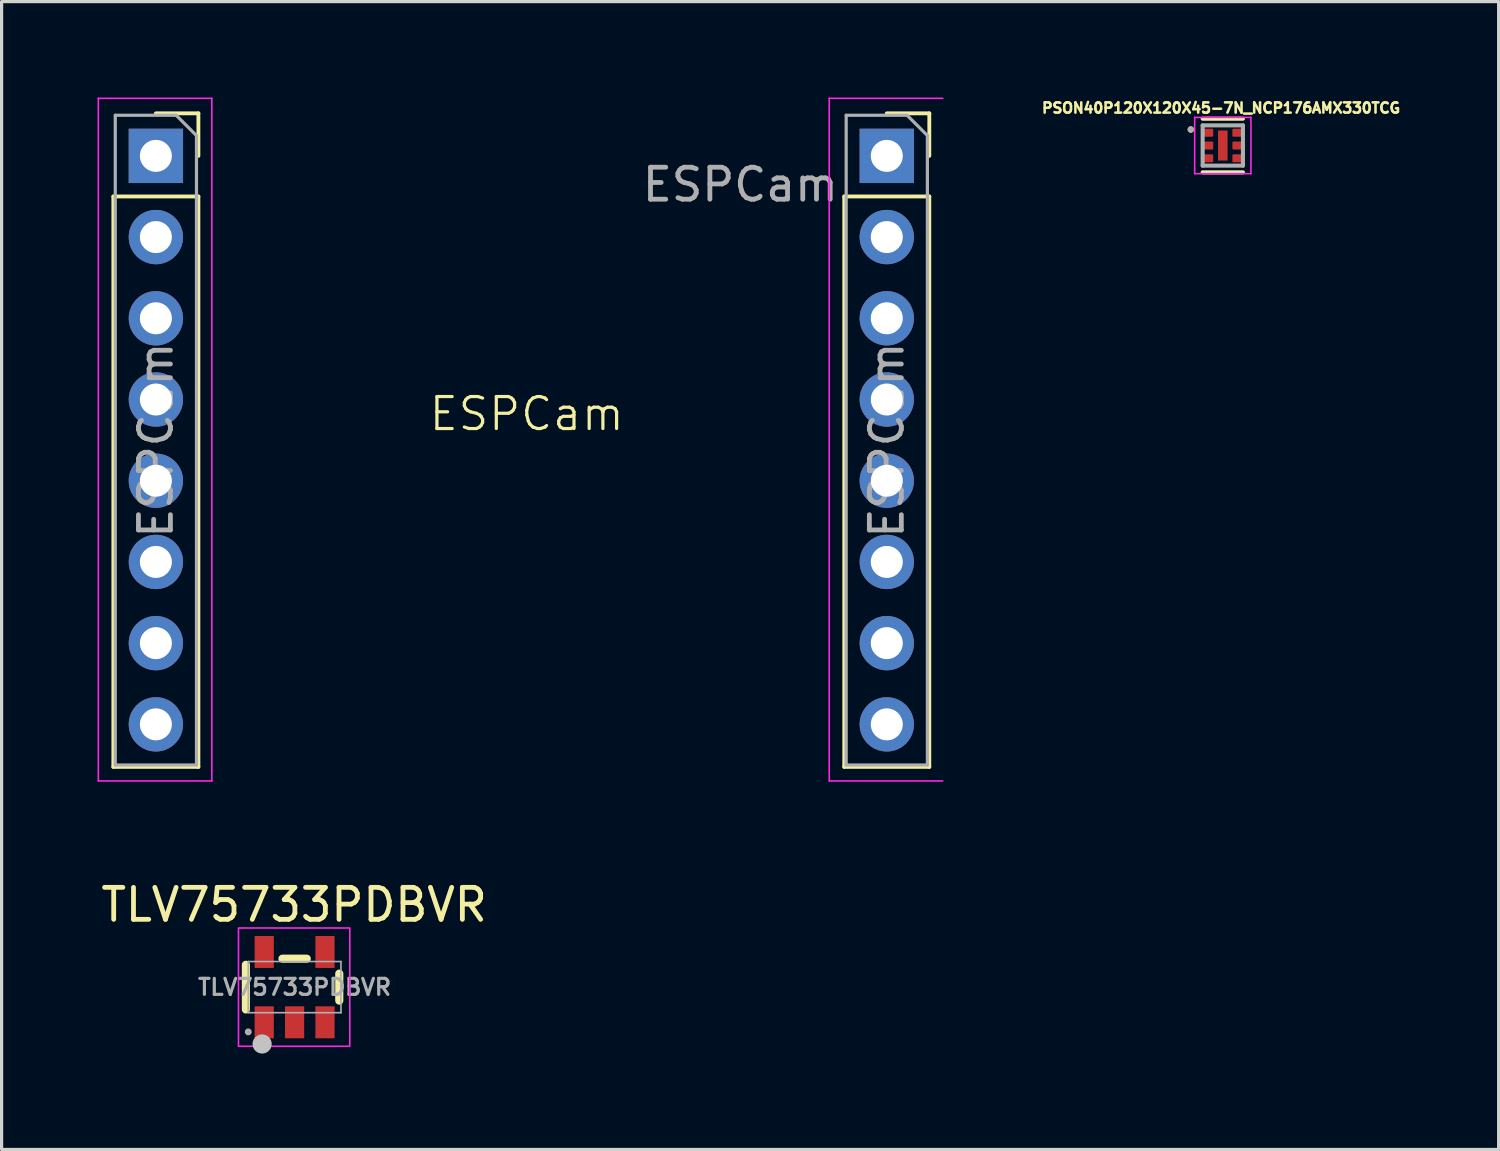
<source format=kicad_pcb>
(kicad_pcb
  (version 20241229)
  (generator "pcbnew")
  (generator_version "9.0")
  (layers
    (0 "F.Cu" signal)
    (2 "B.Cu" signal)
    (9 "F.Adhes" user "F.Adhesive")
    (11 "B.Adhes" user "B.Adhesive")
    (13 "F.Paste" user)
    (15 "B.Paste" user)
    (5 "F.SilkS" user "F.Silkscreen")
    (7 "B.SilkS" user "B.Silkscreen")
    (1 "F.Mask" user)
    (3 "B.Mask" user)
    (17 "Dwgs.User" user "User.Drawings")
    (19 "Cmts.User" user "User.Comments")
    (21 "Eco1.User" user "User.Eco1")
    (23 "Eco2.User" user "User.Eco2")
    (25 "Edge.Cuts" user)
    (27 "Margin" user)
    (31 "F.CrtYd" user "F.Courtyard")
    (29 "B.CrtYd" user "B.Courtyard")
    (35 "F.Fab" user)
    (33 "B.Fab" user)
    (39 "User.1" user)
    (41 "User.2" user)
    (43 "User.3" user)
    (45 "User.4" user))
  (footprint "ESPCam"
    (layer "F.Cu")
    (at 13.425 10.395)
    (property "Reference" "ESPCam" (at 0 -0.5 0) (unlocked yes) (layer "F.SilkS") (effects (font (size 1 1) (thickness 0.1))))
    (attr smd)
    (fp_line (start -12.93 -7.3) (end -12.93 10.54) (stroke (width 0.12) (type solid)) (layer "F.SilkS"))
    (fp_line (start -12.93 -7.3) (end -10.27 -7.3) (stroke (width 0.12) (type solid)) (layer "F.SilkS"))
    (fp_line (start -12.93 10.54) (end -10.27 10.54) (stroke (width 0.12) (type solid)) (layer "F.SilkS"))
    (fp_line (start -11.6 -9.9) (end -10.27 -9.9) (stroke (width 0.12) (type solid)) (layer "F.SilkS"))
    (fp_line (start -10.27 -9.9) (end -10.27 -8.57) (stroke (width 0.12) (type solid)) (layer "F.SilkS"))
    (fp_line (start -10.27 -7.3) (end -10.27 10.54) (stroke (width 0.12) (type solid)) (layer "F.SilkS"))
    (fp_line (start 9.93 -7.3) (end 9.93 10.54) (stroke (width 0.12) (type solid)) (layer "F.SilkS"))
    (fp_line (start 9.93 -7.3) (end 12.59 -7.3) (stroke (width 0.12) (type solid)) (layer "F.SilkS"))
    (fp_line (start 9.93 10.54) (end 12.59 10.54) (stroke (width 0.12) (type solid)) (layer "F.SilkS"))
    (fp_line (start 11.26 -9.9) (end 12.59 -9.9) (stroke (width 0.12) (type solid)) (layer "F.SilkS"))
    (fp_line (start 12.59 -9.9) (end 12.59 -8.57) (stroke (width 0.12) (type solid)) (layer "F.SilkS"))
    (fp_line (start 12.59 -7.3) (end 12.59 10.54) (stroke (width 0.12) (type solid)) (layer "F.SilkS"))
    (fp_line (start -13.4 -10.37) (end -9.85 -10.37) (stroke (width 0.05) (type solid)) (layer "F.CrtYd"))
    (fp_line (start -13.4 10.98) (end -13.4 -10.37) (stroke (width 0.05) (type solid)) (layer "F.CrtYd"))
    (fp_line (start -9.85 -10.37) (end -9.85 10.98) (stroke (width 0.05) (type solid)) (layer "F.CrtYd"))
    (fp_line (start -9.85 10.98) (end -13.4 10.98) (stroke (width 0.05) (type solid)) (layer "F.CrtYd"))
    (fp_line (start 9.46 -10.37) (end 13.01 -10.37) (stroke (width 0.05) (type solid)) (layer "F.CrtYd"))
    (fp_line (start 9.46 10.98) (end 9.46 -10.37) (stroke (width 0.05) (type solid)) (layer "F.CrtYd"))
    (fp_line (start 13.01 10.98) (end 9.46 10.98) (stroke (width 0.05) (type solid)) (layer "F.CrtYd"))
    (fp_line (start -12.87 -9.84) (end -10.965 -9.84) (stroke (width 0.1) (type solid)) (layer "F.Fab"))
    (fp_line (start -12.87 10.48) (end -12.87 -9.84) (stroke (width 0.1) (type solid)) (layer "F.Fab"))
    (fp_line (start -10.965 -9.84) (end -10.33 -9.205) (stroke (width 0.1) (type solid)) (layer "F.Fab"))
    (fp_line (start -10.33 -9.205) (end -10.33 10.48) (stroke (width 0.1) (type solid)) (layer "F.Fab"))
    (fp_line (start -10.33 10.48) (end -12.87 10.48) (stroke (width 0.1) (type solid)) (layer "F.Fab"))
    (fp_line (start 9.99 -9.84) (end 11.895 -9.84) (stroke (width 0.1) (type solid)) (layer "F.Fab"))
    (fp_line (start 9.99 10.48) (end 9.99 -9.84) (stroke (width 0.1) (type solid)) (layer "F.Fab"))
    (fp_line (start 11.895 -9.84) (end 12.53 -9.205) (stroke (width 0.1) (type solid)) (layer "F.Fab"))
    (fp_line (start 12.53 -9.205) (end 12.53 10.48) (stroke (width 0.1) (type solid)) (layer "F.Fab"))
    (fp_line (start 12.53 10.48) (end 9.99 10.48) (stroke (width 0.1) (type solid)) (layer "F.Fab"))
    (fp_text user "${REFERENCE}" (at 11.26 0.32 90) (layer "F.Fab") (effects (font (size 1 1) (thickness 0.15))))
    (fp_text user "${REFERENCE}" (at 6.68 -7.67 0) (unlocked yes) (layer "F.Fab") (effects (font (size 1 1) (thickness 0.15))))
    (fp_text user "${REFERENCE}" (at -11.6 0.32 90) (layer "F.Fab") (effects (font (size 1 1) (thickness 0.15))))
    (pad "1" thru_hole rect (at -11.6 -8.57) (size 1.7 1.7) (drill 1) (layers "*.Cu" "*.Mask"))
    (pad "2" thru_hole circle (at -11.6 -6.03) (size 1.7 1.7) (drill 1) (layers "*.Cu" "*.Mask"))
    (pad "3" thru_hole circle (at -11.6 -3.49) (size 1.7 1.7) (drill 1) (layers "*.Cu" "*.Mask"))
    (pad "4" thru_hole circle (at -11.6 -0.95) (size 1.7 1.7) (drill 1) (layers "*.Cu" "*.Mask"))
    (pad "5" thru_hole circle (at -11.6 1.59) (size 1.7 1.7) (drill 1) (layers "*.Cu" "*.Mask"))
    (pad "6" thru_hole circle (at -11.6 4.13) (size 1.7 1.7) (drill 1) (layers "*.Cu" "*.Mask"))
    (pad "7" thru_hole circle (at -11.6 6.67) (size 1.7 1.7) (drill 1) (layers "*.Cu" "*.Mask"))
    (pad "8" thru_hole circle (at -11.6 9.21) (size 1.7 1.7) (drill 1) (layers "*.Cu" "*.Mask"))
    (pad "9" thru_hole rect (at 11.26 -8.57) (size 1.7 1.7) (drill 1) (layers "*.Cu" "*.Mask"))
    (pad "10" thru_hole circle (at 11.26 -6.03) (size 1.7 1.7) (drill 1) (layers "*.Cu" "*.Mask"))
    (pad "11" thru_hole circle (at 11.26 -3.49) (size 1.7 1.7) (drill 1) (layers "*.Cu" "*.Mask"))
    (pad "12" thru_hole circle (at 11.26 -0.95) (size 1.7 1.7) (drill 1) (layers "*.Cu" "*.Mask"))
    (pad "13" thru_hole circle (at 11.26 1.59) (size 1.7 1.7) (drill 1) (layers "*.Cu" "*.Mask"))
    (pad "14" thru_hole circle (at 11.26 4.13) (size 1.7 1.7) (drill 1) (layers "*.Cu" "*.Mask"))
    (pad "15" thru_hole circle (at 11.26 6.67) (size 1.7 1.7) (drill 1) (layers "*.Cu" "*.Mask"))
    (pad "16" thru_hole circle (at 11.26 9.21) (size 1.7 1.7) (drill 1) (layers "*.Cu" "*.Mask")))
  (footprint "TLV75733PDBVR"
    (layer "F.Cu")
    (at 6.164 27.823)
    (property "Reference" "TLV75733PDBVR" (at -0.015 -2.575 0) (layer "F.SilkS") (effects (font (size 1 1) (thickness 0.15))))
    (fp_line (start -1.524 -0.699) (end -1.524 0.699) (stroke (width 0.254) (type default)) (layer "F.SilkS"))
    (fp_line (start -0.381 -0.889) (end 0.381 -0.889) (stroke (width 0.254) (type default)) (layer "F.SilkS"))
    (fp_line (start 1.397 -0.422) (end 1.397 0.422) (stroke (width 0.254) (type default)) (layer "F.SilkS"))
    (fp_circle (center -1.016 1.778) (end -0.866 1.778) (stroke (width 0.3) (type default)) (fill no) (layer "Dwgs.User"))
    (fp_rect (start -1.755 -1.85) (end 1.726 1.85) (stroke (width 0.05) (type default)) (fill no) (layer "F.CrtYd"))
    (fp_line (start -1.45 -0.8) (end 1.45 -0.8) (stroke (width 0.051) (type default)) (layer "F.Fab"))
    (fp_line (start -1.45 0.8) (end -1.45 -0.8) (stroke (width 0.051) (type default)) (layer "F.Fab"))
    (fp_line (start 1.45 -0.8) (end 1.45 0.8) (stroke (width 0.051) (type default)) (layer "F.Fab"))
    (fp_line (start 1.45 0.8) (end -1.45 0.8) (stroke (width 0.051) (type default)) (layer "F.Fab"))
    (fp_poly (pts (xy -1.395 1.377) (xy -1.427 1.345) (xy -1.473 1.345) (xy -1.505 1.377) (xy -1.505 1.423) (xy -1.473 1.455) (xy -1.427 1.455) (xy -1.395 1.423)) (stroke (width 0.1) (type default)) (fill no) (layer "F.Fab"))
    (fp_poly (pts (xy -1.15 -0.95) (xy -1.15 -1.4) (xy -0.75 -1.4) (xy -0.75 -0.95)) (stroke (width 0.1) (type default)) (fill no) (layer "User.1"))
    (fp_poly (pts (xy -1.15 -0.79) (xy -1.15 -0.96) (xy -0.75 -0.96) (xy -0.75 -0.79)) (stroke (width 0.1) (type default)) (fill no) (layer "User.1"))
    (fp_poly (pts (xy -1.15 0.96) (xy -1.15 0.79) (xy -0.75 0.79) (xy -0.75 0.96)) (stroke (width 0.1) (type default)) (fill no) (layer "User.1"))
    (fp_poly (pts (xy -1.15 1.4) (xy -1.15 0.95) (xy -0.75 0.95) (xy -0.75 1.4)) (stroke (width 0.1) (type default)) (fill no) (layer "User.1"))
    (fp_poly (pts (xy -0.2 0.96) (xy -0.2 0.79) (xy 0.2 0.79) (xy 0.2 0.96)) (stroke (width 0.1) (type default)) (fill no) (layer "User.1"))
    (fp_poly (pts (xy -0.2 1.4) (xy -0.2 0.95) (xy 0.2 0.95) (xy 0.2 1.4)) (stroke (width 0.1) (type default)) (fill no) (layer "User.1"))
    (fp_poly (pts (xy 0.75 -0.95) (xy 0.75 -1.4) (xy 1.15 -1.4) (xy 1.15 -0.95)) (stroke (width 0.1) (type default)) (fill no) (layer "User.1"))
    (fp_poly (pts (xy 0.75 -0.79) (xy 0.75 -0.96) (xy 1.15 -0.96) (xy 1.15 -0.79)) (stroke (width 0.1) (type default)) (fill no) (layer "User.1"))
    (fp_poly (pts (xy 0.75 0.96) (xy 0.75 0.79) (xy 1.15 0.79) (xy 1.15 0.96)) (stroke (width 0.1) (type default)) (fill no) (layer "User.1"))
    (fp_poly (pts (xy 0.75 1.4) (xy 0.75 0.95) (xy 1.15 0.95) (xy 1.15 1.4)) (stroke (width 0.1) (type default)) (fill no) (layer "User.1"))
    (fp_text user "${REFERENCE}" (at 0 0 0) (layer "F.Fab") (effects (font (size 0.5 0.5) (thickness 0.1))))
    (pad "1" smd rect (at -0.95 1.1) (size 0.6 1) (layers "F.Cu" "F.Mask" "F.Paste"))
    (pad "2" smd rect (at 0 1.1) (size 0.6 1) (layers "F.Cu" "F.Mask" "F.Paste"))
    (pad "3" smd rect (at 0.95 1.1) (size 0.6 1) (layers "F.Cu" "F.Mask" "F.Paste"))
    (pad "4" smd rect (at 0.95 -1.1) (size 0.6 1) (layers "F.Cu" "F.Mask" "F.Paste"))
    (pad "5" smd rect (at -0.95 -1.1) (size 0.6 1) (layers "F.Cu" "F.Mask" "F.Paste")))
  (footprint "PSON40P120X120X45-7N_NCP176AMX330TCG"
    (layer "F.Cu")
    (at 35.194 1.501)
    (property "Reference" "PSON40P120X120X45-7N_NCP176AMX330TCG" (at -0.054 -1.173 0) (layer "F.SilkS") (effects (font (size 0.32 0.32) (thickness 0.15))))
    (attr smd)
    (fp_line (start -0.63 -0.839) (end 0.63 -0.839) (stroke (width 0.127) (type solid)) (layer "F.SilkS"))
    (fp_line (start -0.63 0.839) (end 0.63 0.839) (stroke (width 0.127) (type solid)) (layer "F.SilkS"))
    (fp_circle (center -1 -0.5) (end -0.95 -0.5) (stroke (width 0.1) (type solid)) (fill no) (layer "F.SilkS"))
    (fp_poly (pts (xy -0.095 -0.297) (xy 0.095 -0.297) (xy 0.095 0.297) (xy -0.095 0.297)) (stroke (width 0.01) (type solid)) (fill yes) (layer "F.Paste"))
    (fp_line (start -0.88 -0.88) (end 0.88 -0.88) (stroke (width 0.05) (type solid)) (layer "F.CrtYd"))
    (fp_line (start -0.88 0.88) (end -0.88 -0.88) (stroke (width 0.05) (type solid)) (layer "F.CrtYd"))
    (fp_line (start 0.88 -0.88) (end 0.88 0.88) (stroke (width 0.05) (type solid)) (layer "F.CrtYd"))
    (fp_line (start 0.88 0.88) (end -0.88 0.88) (stroke (width 0.05) (type solid)) (layer "F.CrtYd"))
    (fp_line (start -0.63 -0.63) (end 0.63 -0.63) (stroke (width 0.127) (type solid)) (layer "F.Fab"))
    (fp_line (start -0.63 0.63) (end -0.63 -0.63) (stroke (width 0.127) (type solid)) (layer "F.Fab"))
    (fp_line (start 0.63 -0.63) (end 0.63 0.63) (stroke (width 0.127) (type solid)) (layer "F.Fab"))
    (fp_line (start 0.63 0.63) (end -0.63 0.63) (stroke (width 0.127) (type solid)) (layer "F.Fab"))
    (fp_circle (center -1 -0.5) (end -0.95 -0.5) (stroke (width 0.1) (type solid)) (fill no) (layer "F.Fab"))
    (pad "1" smd roundrect (at -0.455 -0.4) (size 0.31 0.25) (layers "F.Cu" "F.Mask" "F.Paste") (roundrect_rratio 0.125))
    (pad "2" smd roundrect (at -0.455 0) (size 0.31 0.25) (layers "F.Cu" "F.Mask" "F.Paste") (roundrect_rratio 0.125))
    (pad "3" smd roundrect (at -0.455 0.4) (size 0.31 0.25) (layers "F.Cu" "F.Mask" "F.Paste") (roundrect_rratio 0.125))
    (pad "4" smd roundrect (at 0.455 0.4) (size 0.31 0.25) (layers "F.Cu" "F.Mask" "F.Paste") (roundrect_rratio 0.125))
    (pad "5" smd roundrect (at 0.455 0) (size 0.31 0.25) (layers "F.Cu" "F.Mask" "F.Paste") (roundrect_rratio 0.125))
    (pad "6" smd roundrect (at 0.455 -0.4) (size 0.31 0.25) (layers "F.Cu" "F.Mask" "F.Paste") (roundrect_rratio 0.125))
    (pad "7" smd rect (at 0 0) (size 0.3 0.94) (layers "F.Cu" "F.Mask")))
  (gr_rect
    (start -3 -3)
    (end 43.821 32.901)
    (stroke (width 0.1) (type default))
    (fill no)
    (layer "Edge.Cuts")))
</source>
